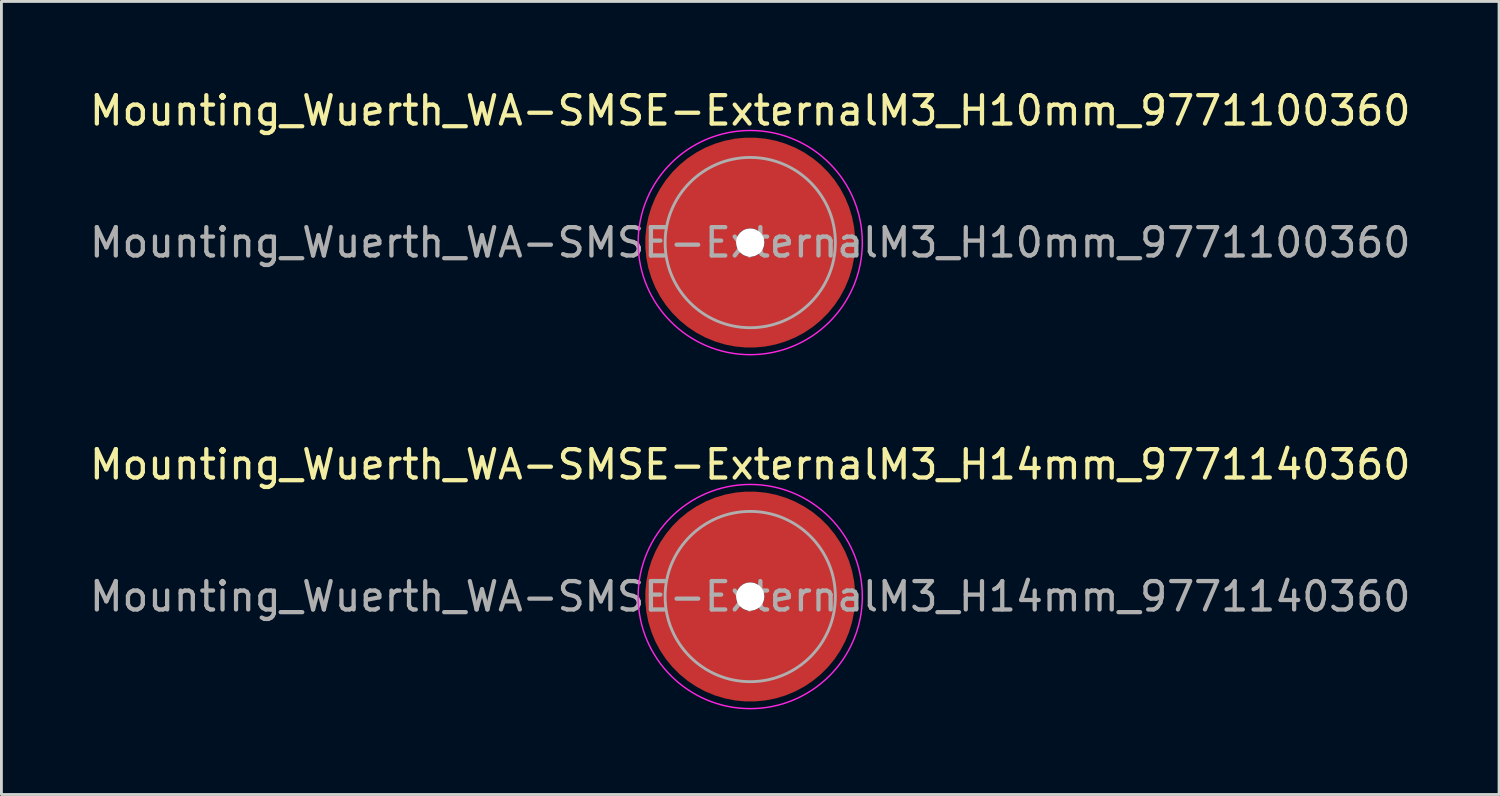
<source format=kicad_pcb>
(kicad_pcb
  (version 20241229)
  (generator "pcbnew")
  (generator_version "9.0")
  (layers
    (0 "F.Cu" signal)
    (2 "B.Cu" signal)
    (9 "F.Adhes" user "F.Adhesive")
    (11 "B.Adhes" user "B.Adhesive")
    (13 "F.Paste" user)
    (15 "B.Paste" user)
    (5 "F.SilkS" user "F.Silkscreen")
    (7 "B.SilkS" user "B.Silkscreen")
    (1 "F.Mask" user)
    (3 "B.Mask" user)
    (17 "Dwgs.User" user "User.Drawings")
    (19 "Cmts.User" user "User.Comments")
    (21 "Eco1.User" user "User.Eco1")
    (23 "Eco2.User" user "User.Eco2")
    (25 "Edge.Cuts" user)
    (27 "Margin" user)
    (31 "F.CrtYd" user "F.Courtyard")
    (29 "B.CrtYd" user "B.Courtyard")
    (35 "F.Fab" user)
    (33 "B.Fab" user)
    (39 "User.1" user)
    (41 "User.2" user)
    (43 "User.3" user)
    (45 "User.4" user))
  (footprint "Mounting_Wuerth_WA-SMSE-ExternalM3_H14mm_9771140360"
    (layer "F.Cu")
    (at 23.387 17.971)
    (property "Reference" "Mounting_Wuerth_WA-SMSE-ExternalM3_H14mm_9771140360" (at 0 -4.65 0) (layer "F.SilkS") (effects (font (size 1 1) (thickness 0.15))))
    (attr smd)
    (fp_circle (center 0 0) (end 3.95 0) (stroke (width 0.05) (type solid)) (fill no) (layer "F.CrtYd"))
    (fp_circle (center 0 0) (end 3 0) (stroke (width 0.1) (type solid)) (fill no) (layer "F.Fab"))
    (fp_text user "${REFERENCE}" (at 0 0 0) (layer "F.Fab") (effects (font (size 1 1) (thickness 0.15))))
    (pad "" smd custom (at 0 -2.1) (size 2.6 2.6) (layers "F.Paste") (options (anchor circle)) (primitives (gr_arc (start -0.305123 1.47) (mid -0.000513 1.4) (end 0.3042 1.469554) (width 0.2)) (gr_arc (start -0.493052 1.47) (mid -0.000664 1.3) (end 0.492006 1.469183) (width 0.2)) (gr_arc (start -0.642729 1.47) (mid -0.000361 1.2) (end 0.642223 1.469484) (width 0.2)) (gr_arc (start -0.776595 1.47) (mid -0.00087 1.1) (end 0.775497 1.468649) (width 0.2)) (gr_arc (start -0.901721 1.47) (mid -0.00018 1) (end 0.901515 1.469705) (width 0.2)) (gr_arc (start -1.021323 1.47) (mid -0.000665 0.9) (end 1.020624 1.468868) (width 0.2)) (gr_arc (start -1.137146 1.47) (mid -0.000289 0.8) (end 1.136866 1.469495) (width 0.2)) (gr_arc (start -1.25024 1.47) (mid -0.000155 0.7) (end 1.250101 1.469724) (width 0.2)) (gr_arc (start -1.361286 1.47) (mid -0.000403 0.6) (end 1.360947 1.469268) (width 0.2)) (gr_arc (start -1.470748 1.47) (mid -0.000334 0.5) (end 1.470485 1.469386) (width 0.2)) (gr_arc (start -1.578955 1.47) (mid -0.001427 0.400001) (end 1.577895 1.46735) (width 0.2)) (gr_arc (start -1.686149 1.47) (mid -0.000398 0.3) (end 1.68587 1.469254) (width 0.2)) (gr_arc (start -1.792512 1.47) (mid -0.001173 0.200001) (end 1.791733 1.467788) (width 0.2)) (gr_arc (start -1.898183 1.47) (mid -0.001368 0.100001) (end 1.89732 1.467404) (width 0.2)) (gr_arc (start -2.003272 1.47) (mid -0.001554 0.000001) (end 2.002338 1.467036) (width 0.2)) (gr_arc (start -2.107866 1.47) (mid -0.00037 -0.1) (end 2.107654 1.469292) (width 0.2)) (gr_arc (start -2.212035 1.47) (mid -0.00011 -0.2) (end 2.211975 1.469788) (width 0.2)) (gr_arc (start -2.315837 1.47) (mid -0.001322 -0.3) (end 2.315142 1.46745) (width 0.2)) (gr_arc (start -2.419318 1.47) (mid -0.000179 -0.4) (end 2.419228 1.469653) (width 0.2)) (gr_arc (start -2.522519 1.47) (mid -0.001235 -0.5) (end 2.521919 1.467604) (width 0.2)) (gr_arc (start -2.625471 1.47) (mid -0.000311 -0.6) (end 2.625326 1.469395) (width 0.2)) (gr_arc (start -2.728205 1.47) (mid -0.002303 -0.7) (end 2.727165 1.465513) (width 0.2)) (gr_arc (start -2.830742 1.47) (mid -0.000149 -0.8) (end 2.830677 1.469709) (width 0.2)) (gr_arc (start -2.933104 1.47) (mid -0.001447 -0.899999) (end 2.932495 1.46717) (width 0.2)) (gr_arc (start -3.035309 1.47) (mid -0.001317 -1) (end 3.034773 1.467421) (width 0.2)) (gr_arc (start -3.137372 1.47) (mid -0.002554 -1.099999) (end 3.136362 1.464993) (width 0.2)) (gr_arc (start -3.239305 1.47) (mid -0.002543 -1.199999) (end 3.23833 1.465008) (width 0.2)) (gr_arc (start -3.341123 1.47) (mid -0.001289 -1.3) (end 3.340644 1.467467) (width 0.2)) (gr_arc (start -3.442833 1.47) (mid -0.001847 -1.399999) (end 3.442166 1.466366) (width 0.2)) (gr_line (start 0.305 1.47) (end 3.443 1.47) (width 0.2)) (gr_line (start -0.305 1.47) (end -3.443 1.47) (width 0.2))))
    (pad "" np_thru_hole circle (at 0 0) (size 1 1) (drill 1) (layers "*.Cu" "*.Mask"))
    (pad "" smd custom (at 0 2.1) (size 2.6 2.6) (layers "F.Paste") (options (anchor circle)) (primitives (gr_arc (start 0.305123 -1.47) (mid 0.000513 -1.4) (end -0.3042 -1.469554) (width 0.2)) (gr_arc (start 0.493052 -1.47) (mid 0.000664 -1.3) (end -0.492006 -1.469183) (width 0.2)) (gr_arc (start 0.642729 -1.47) (mid 0.000361 -1.2) (end -0.642223 -1.469484) (width 0.2)) (gr_arc (start 0.776595 -1.47) (mid 0.00087 -1.1) (end -0.775497 -1.468649) (width 0.2)) (gr_arc (start 0.901721 -1.47) (mid 0.00018 -1) (end -0.901515 -1.469705) (width 0.2)) (gr_arc (start 1.021323 -1.47) (mid 0.000665 -0.9) (end -1.020624 -1.468868) (width 0.2)) (gr_arc (start 1.137146 -1.47) (mid 0.000289 -0.8) (end -1.136866 -1.469495) (width 0.2)) (gr_arc (start 1.25024 -1.47) (mid 0.000155 -0.7) (end -1.250101 -1.469724) (width 0.2)) (gr_arc (start 1.361286 -1.47) (mid 0.000403 -0.6) (end -1.360947 -1.469268) (width 0.2)) (gr_arc (start 1.470748 -1.47) (mid 0.000334 -0.5) (end -1.470485 -1.469386) (width 0.2)) (gr_arc (start 1.578955 -1.47) (mid 0.001427 -0.400001) (end -1.577895 -1.46735) (width 0.2)) (gr_arc (start 1.686149 -1.47) (mid 0.000398 -0.3) (end -1.68587 -1.469254) (width 0.2)) (gr_arc (start 1.792512 -1.47) (mid 0.001173 -0.200001) (end -1.791733 -1.467788) (width 0.2)) (gr_arc (start 1.898183 -1.47) (mid 0.001368 -0.100001) (end -1.89732 -1.467404) (width 0.2)) (gr_arc (start 2.003272 -1.47) (mid 0.001554 -0.000001) (end -2.002338 -1.467036) (width 0.2)) (gr_arc (start 2.107866 -1.47) (mid 0.00037 0.1) (end -2.107654 -1.469292) (width 0.2)) (gr_arc (start 2.212035 -1.47) (mid 0.00011 0.2) (end -2.211975 -1.469788) (width 0.2)) (gr_arc (start 2.315837 -1.47) (mid 0.001322 0.3) (end -2.315142 -1.46745) (width 0.2)) (gr_arc (start 2.419318 -1.47) (mid 0.000179 0.4) (end -2.419228 -1.469653) (width 0.2)) (gr_arc (start 2.522519 -1.47) (mid 0.001235 0.5) (end -2.521919 -1.467604) (width 0.2)) (gr_arc (start 2.625471 -1.47) (mid 0.000311 0.6) (end -2.625326 -1.469395) (width 0.2)) (gr_arc (start 2.728205 -1.47) (mid 0.002303 0.7) (end -2.727165 -1.465513) (width 0.2)) (gr_arc (start 2.830742 -1.47) (mid 0.000149 0.8) (end -2.830677 -1.469709) (width 0.2)) (gr_arc (start 2.933104 -1.47) (mid 0.001447 0.899999) (end -2.932495 -1.46717) (width 0.2)) (gr_arc (start 3.035309 -1.47) (mid 0.001317 1) (end -3.034773 -1.467421) (width 0.2)) (gr_arc (start 3.137372 -1.47) (mid 0.002554 1.099999) (end -3.136362 -1.464993) (width 0.2)) (gr_arc (start 3.239305 -1.47) (mid 0.002543 1.199999) (end -3.23833 -1.465008) (width 0.2)) (gr_arc (start 3.341123 -1.47) (mid 0.001289 1.3) (end -3.340644 -1.467467) (width 0.2)) (gr_arc (start 3.442833 -1.47) (mid 0.001847 1.399999) (end -3.442166 -1.466366) (width 0.2)) (gr_line (start -0.305 -1.47) (end -3.443 -1.47) (width 0.2)) (gr_line (start 0.305 -1.47) (end 3.443 -1.47) (width 0.2))))
    (pad "1" smd circle (at -2.1 0) (size 2.8 2.8) (layers "F.Cu"))
    (pad "1" smd circle (at 0 -2.1) (size 2.8 2.8) (layers "F.Cu"))
    (pad "1" smd circle (at 0 2.1) (size 2.8 2.8) (layers "F.Cu"))
    (pad "1" smd custom (at 2.1 0) (size 2.8 2.8) (layers "F.Cu" "F.Mask") (options (anchor circle)) (primitives (gr_circle (center -2.1 0) (end 0 0) (width 3.2) (fill no)))))
  (footprint "Mounting_Wuerth_WA-SMSE-ExternalM3_H10mm_9771100360"
    (layer "F.Cu")
    (at 23.387 5.498)
    (property "Reference" "Mounting_Wuerth_WA-SMSE-ExternalM3_H10mm_9771100360" (at 0 -4.65 0) (layer "F.SilkS") (effects (font (size 1 1) (thickness 0.15))))
    (attr smd)
    (fp_circle (center 0 0) (end 3.95 0) (stroke (width 0.05) (type solid)) (fill no) (layer "F.CrtYd"))
    (fp_circle (center 0 0) (end 3 0) (stroke (width 0.1) (type solid)) (fill no) (layer "F.Fab"))
    (fp_text user "${REFERENCE}" (at 0 0 0) (layer "F.Fab") (effects (font (size 1 1) (thickness 0.15))))
    (pad "" smd custom (at 0 -2.1) (size 2.6 2.6) (layers "F.Paste") (options (anchor circle)) (primitives (gr_arc (start -0.305123 1.47) (mid -0.000513 1.4) (end 0.3042 1.469554) (width 0.2)) (gr_arc (start -0.493052 1.47) (mid -0.000664 1.3) (end 0.492006 1.469183) (width 0.2)) (gr_arc (start -0.642729 1.47) (mid -0.000361 1.2) (end 0.642223 1.469484) (width 0.2)) (gr_arc (start -0.776595 1.47) (mid -0.00087 1.1) (end 0.775497 1.468649) (width 0.2)) (gr_arc (start -0.901721 1.47) (mid -0.00018 1) (end 0.901515 1.469705) (width 0.2)) (gr_arc (start -1.021323 1.47) (mid -0.000665 0.9) (end 1.020624 1.468868) (width 0.2)) (gr_arc (start -1.137146 1.47) (mid -0.000289 0.8) (end 1.136866 1.469495) (width 0.2)) (gr_arc (start -1.25024 1.47) (mid -0.000155 0.7) (end 1.250101 1.469724) (width 0.2)) (gr_arc (start -1.361286 1.47) (mid -0.000403 0.6) (end 1.360947 1.469268) (width 0.2)) (gr_arc (start -1.470748 1.47) (mid -0.000334 0.5) (end 1.470485 1.469386) (width 0.2)) (gr_arc (start -1.578955 1.47) (mid -0.001427 0.400001) (end 1.577895 1.46735) (width 0.2)) (gr_arc (start -1.686149 1.47) (mid -0.000398 0.3) (end 1.68587 1.469254) (width 0.2)) (gr_arc (start -1.792512 1.47) (mid -0.001173 0.200001) (end 1.791733 1.467788) (width 0.2)) (gr_arc (start -1.898183 1.47) (mid -0.001368 0.100001) (end 1.89732 1.467404) (width 0.2)) (gr_arc (start -2.003272 1.47) (mid -0.001554 0.000001) (end 2.002338 1.467036) (width 0.2)) (gr_arc (start -2.107866 1.47) (mid -0.00037 -0.1) (end 2.107654 1.469292) (width 0.2)) (gr_arc (start -2.212035 1.47) (mid -0.00011 -0.2) (end 2.211975 1.469788) (width 0.2)) (gr_arc (start -2.315837 1.47) (mid -0.001322 -0.3) (end 2.315142 1.46745) (width 0.2)) (gr_arc (start -2.419318 1.47) (mid -0.000179 -0.4) (end 2.419228 1.469653) (width 0.2)) (gr_arc (start -2.522519 1.47) (mid -0.001235 -0.5) (end 2.521919 1.467604) (width 0.2)) (gr_arc (start -2.625471 1.47) (mid -0.000311 -0.6) (end 2.625326 1.469395) (width 0.2)) (gr_arc (start -2.728205 1.47) (mid -0.002303 -0.7) (end 2.727165 1.465513) (width 0.2)) (gr_arc (start -2.830742 1.47) (mid -0.000149 -0.8) (end 2.830677 1.469709) (width 0.2)) (gr_arc (start -2.933104 1.47) (mid -0.001447 -0.899999) (end 2.932495 1.46717) (width 0.2)) (gr_arc (start -3.035309 1.47) (mid -0.001317 -1) (end 3.034773 1.467421) (width 0.2)) (gr_arc (start -3.137372 1.47) (mid -0.002554 -1.099999) (end 3.136362 1.464993) (width 0.2)) (gr_arc (start -3.239305 1.47) (mid -0.002543 -1.199999) (end 3.23833 1.465008) (width 0.2)) (gr_arc (start -3.341123 1.47) (mid -0.001289 -1.3) (end 3.340644 1.467467) (width 0.2)) (gr_arc (start -3.442833 1.47) (mid -0.001847 -1.399999) (end 3.442166 1.466366) (width 0.2)) (gr_line (start 0.305 1.47) (end 3.443 1.47) (width 0.2)) (gr_line (start -0.305 1.47) (end -3.443 1.47) (width 0.2))))
    (pad "" np_thru_hole circle (at 0 0) (size 1 1) (drill 1) (layers "*.Cu" "*.Mask"))
    (pad "" smd custom (at 0 2.1) (size 2.6 2.6) (layers "F.Paste") (options (anchor circle)) (primitives (gr_arc (start 0.305123 -1.47) (mid 0.000513 -1.4) (end -0.3042 -1.469554) (width 0.2)) (gr_arc (start 0.493052 -1.47) (mid 0.000664 -1.3) (end -0.492006 -1.469183) (width 0.2)) (gr_arc (start 0.642729 -1.47) (mid 0.000361 -1.2) (end -0.642223 -1.469484) (width 0.2)) (gr_arc (start 0.776595 -1.47) (mid 0.00087 -1.1) (end -0.775497 -1.468649) (width 0.2)) (gr_arc (start 0.901721 -1.47) (mid 0.00018 -1) (end -0.901515 -1.469705) (width 0.2)) (gr_arc (start 1.021323 -1.47) (mid 0.000665 -0.9) (end -1.020624 -1.468868) (width 0.2)) (gr_arc (start 1.137146 -1.47) (mid 0.000289 -0.8) (end -1.136866 -1.469495) (width 0.2)) (gr_arc (start 1.25024 -1.47) (mid 0.000155 -0.7) (end -1.250101 -1.469724) (width 0.2)) (gr_arc (start 1.361286 -1.47) (mid 0.000403 -0.6) (end -1.360947 -1.469268) (width 0.2)) (gr_arc (start 1.470748 -1.47) (mid 0.000334 -0.5) (end -1.470485 -1.469386) (width 0.2)) (gr_arc (start 1.578955 -1.47) (mid 0.001427 -0.400001) (end -1.577895 -1.46735) (width 0.2)) (gr_arc (start 1.686149 -1.47) (mid 0.000398 -0.3) (end -1.68587 -1.469254) (width 0.2)) (gr_arc (start 1.792512 -1.47) (mid 0.001173 -0.200001) (end -1.791733 -1.467788) (width 0.2)) (gr_arc (start 1.898183 -1.47) (mid 0.001368 -0.100001) (end -1.89732 -1.467404) (width 0.2)) (gr_arc (start 2.003272 -1.47) (mid 0.001554 -0.000001) (end -2.002338 -1.467036) (width 0.2)) (gr_arc (start 2.107866 -1.47) (mid 0.00037 0.1) (end -2.107654 -1.469292) (width 0.2)) (gr_arc (start 2.212035 -1.47) (mid 0.00011 0.2) (end -2.211975 -1.469788) (width 0.2)) (gr_arc (start 2.315837 -1.47) (mid 0.001322 0.3) (end -2.315142 -1.46745) (width 0.2)) (gr_arc (start 2.419318 -1.47) (mid 0.000179 0.4) (end -2.419228 -1.469653) (width 0.2)) (gr_arc (start 2.522519 -1.47) (mid 0.001235 0.5) (end -2.521919 -1.467604) (width 0.2)) (gr_arc (start 2.625471 -1.47) (mid 0.000311 0.6) (end -2.625326 -1.469395) (width 0.2)) (gr_arc (start 2.728205 -1.47) (mid 0.002303 0.7) (end -2.727165 -1.465513) (width 0.2)) (gr_arc (start 2.830742 -1.47) (mid 0.000149 0.8) (end -2.830677 -1.469709) (width 0.2)) (gr_arc (start 2.933104 -1.47) (mid 0.001447 0.899999) (end -2.932495 -1.46717) (width 0.2)) (gr_arc (start 3.035309 -1.47) (mid 0.001317 1) (end -3.034773 -1.467421) (width 0.2)) (gr_arc (start 3.137372 -1.47) (mid 0.002554 1.099999) (end -3.136362 -1.464993) (width 0.2)) (gr_arc (start 3.239305 -1.47) (mid 0.002543 1.199999) (end -3.23833 -1.465008) (width 0.2)) (gr_arc (start 3.341123 -1.47) (mid 0.001289 1.3) (end -3.340644 -1.467467) (width 0.2)) (gr_arc (start 3.442833 -1.47) (mid 0.001847 1.399999) (end -3.442166 -1.466366) (width 0.2)) (gr_line (start -0.305 -1.47) (end -3.443 -1.47) (width 0.2)) (gr_line (start 0.305 -1.47) (end 3.443 -1.47) (width 0.2))))
    (pad "1" smd circle (at -2.1 0) (size 2.8 2.8) (layers "F.Cu"))
    (pad "1" smd circle (at 0 -2.1) (size 2.8 2.8) (layers "F.Cu"))
    (pad "1" smd circle (at 0 2.1) (size 2.8 2.8) (layers "F.Cu"))
    (pad "1" smd custom (at 2.1 0) (size 2.8 2.8) (layers "F.Cu" "F.Mask") (options (anchor circle)) (primitives (gr_circle (center -2.1 0) (end 0 0) (width 3.2) (fill no)))))
  (gr_rect
    (start -3 -3)
    (end 49.774 24.947)
    (stroke (width 0.1) (type default))
    (fill no)
    (layer "Edge.Cuts")))
</source>
